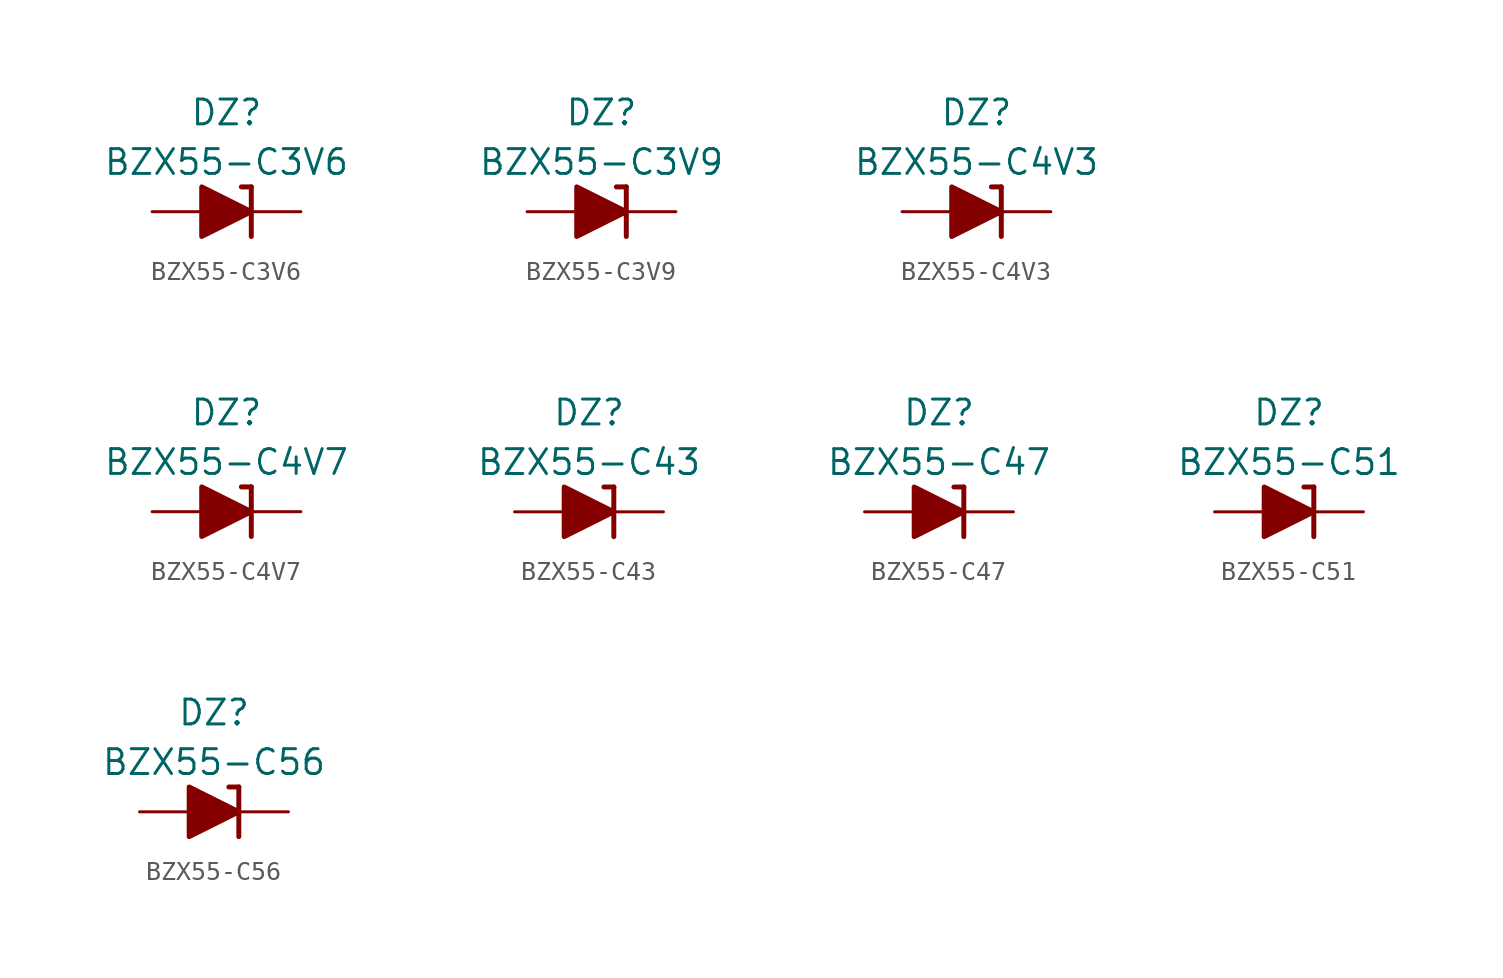
<source format=kicad_sym>
(kicad_symbol_lib
  (version 20201005)
  (generator kicad_symbol_editor)
  (symbol "Diode_Zener_AKL:BZX55-C3V6"
    (pin_numbers hide)
    (pin_names
      (offset 1.016) hide)
    (property "Reference" "DZ"
      (at 0 5.08 0)
      (effects (font (size 1.27 1.27))))
    (property "Value" "BZX55-C3V6"
      (at 0 2.54 0)
      (effects (font (size 1.27 1.27))))
    (symbol "BZX55-C3V6_0_1"
      (polyline (pts (xy -1.27 0) (xy 1.27 0)) (stroke (width 0)) (fill (type none)))
      (polyline (pts (xy 1.27 1.27) (xy 0.762 1.27)) (stroke (width 0.254)) (fill (type none)))
      (polyline (pts (xy 1.27 1.27) (xy 1.27 -1.27)) (stroke (width 0.254)) (fill (type none)))
      (polyline (pts (xy -1.27 -1.27) (xy -1.27 1.27) (xy 1.27 0) (xy -1.27 -1.27)) (stroke (width 0.254)) (fill (type outline))))
    (symbol "BZX55-C3V6_1_1"
      (pin passive line (at 3.81 0 180) (length 2.54) (name "K" (effects (font (size 1.27 1.27)))) (number "1" (effects (font (size 1.27 1.27)))))
      (pin passive line (at -3.81 0 0) (length 2.54) (name "A" (effects (font (size 1.27 1.27)))) (number "2" (effects (font (size 1.27 1.27)))))))
  (symbol "Diode_Zener_AKL:BZX55-C3V9"
    (pin_numbers hide)
    (pin_names
      (offset 1.016) hide)
    (property "Reference" "DZ"
      (at 0 5.08 0)
      (effects (font (size 1.27 1.27))))
    (property "Value" "BZX55-C3V9"
      (at 0 2.54 0)
      (effects (font (size 1.27 1.27))))
    (symbol "BZX55-C3V9_0_1"
      (polyline (pts (xy -1.27 0) (xy 1.27 0)) (stroke (width 0)) (fill (type none)))
      (polyline (pts (xy 1.27 1.27) (xy 0.762 1.27)) (stroke (width 0.254)) (fill (type none)))
      (polyline (pts (xy 1.27 1.27) (xy 1.27 -1.27)) (stroke (width 0.254)) (fill (type none)))
      (polyline (pts (xy -1.27 -1.27) (xy -1.27 1.27) (xy 1.27 0) (xy -1.27 -1.27)) (stroke (width 0.254)) (fill (type outline))))
    (symbol "BZX55-C3V9_1_1"
      (pin passive line (at 3.81 0 180) (length 2.54) (name "K" (effects (font (size 1.27 1.27)))) (number "1" (effects (font (size 1.27 1.27)))))
      (pin passive line (at -3.81 0 0) (length 2.54) (name "A" (effects (font (size 1.27 1.27)))) (number "2" (effects (font (size 1.27 1.27)))))))
  (symbol "Diode_Zener_AKL:BZX55-C4V3"
    (pin_numbers hide)
    (pin_names
      (offset 1.016) hide)
    (property "Reference" "DZ"
      (at 0 5.08 0)
      (effects (font (size 1.27 1.27))))
    (property "Value" "BZX55-C4V3"
      (at 0 2.54 0)
      (effects (font (size 1.27 1.27))))
    (symbol "BZX55-C4V3_0_1"
      (polyline (pts (xy -1.27 0) (xy 1.27 0)) (stroke (width 0)) (fill (type none)))
      (polyline (pts (xy 1.27 1.27) (xy 0.762 1.27)) (stroke (width 0.254)) (fill (type none)))
      (polyline (pts (xy 1.27 1.27) (xy 1.27 -1.27)) (stroke (width 0.254)) (fill (type none)))
      (polyline (pts (xy -1.27 -1.27) (xy -1.27 1.27) (xy 1.27 0) (xy -1.27 -1.27)) (stroke (width 0.254)) (fill (type outline))))
    (symbol "BZX55-C4V3_1_1"
      (pin passive line (at 3.81 0 180) (length 2.54) (name "K" (effects (font (size 1.27 1.27)))) (number "1" (effects (font (size 1.27 1.27)))))
      (pin passive line (at -3.81 0 0) (length 2.54) (name "A" (effects (font (size 1.27 1.27)))) (number "2" (effects (font (size 1.27 1.27)))))))
  (symbol "Diode_Zener_AKL:BZX55-C4V7"
    (pin_numbers hide)
    (pin_names
      (offset 1.016) hide)
    (property "Reference" "DZ"
      (at 0 5.08 0)
      (effects (font (size 1.27 1.27))))
    (property "Value" "BZX55-C4V7"
      (at 0 2.54 0)
      (effects (font (size 1.27 1.27))))
    (symbol "BZX55-C4V7_0_1"
      (polyline (pts (xy -1.27 0) (xy 1.27 0)) (stroke (width 0)) (fill (type none)))
      (polyline (pts (xy 1.27 1.27) (xy 0.762 1.27)) (stroke (width 0.254)) (fill (type none)))
      (polyline (pts (xy 1.27 1.27) (xy 1.27 -1.27)) (stroke (width 0.254)) (fill (type none)))
      (polyline (pts (xy -1.27 -1.27) (xy -1.27 1.27) (xy 1.27 0) (xy -1.27 -1.27)) (stroke (width 0.254)) (fill (type outline))))
    (symbol "BZX55-C4V7_1_1"
      (pin passive line (at 3.81 0 180) (length 2.54) (name "K" (effects (font (size 1.27 1.27)))) (number "1" (effects (font (size 1.27 1.27)))))
      (pin passive line (at -3.81 0 0) (length 2.54) (name "A" (effects (font (size 1.27 1.27)))) (number "2" (effects (font (size 1.27 1.27)))))))
  (symbol "Diode_Zener_AKL:BZX55-C43"
    (pin_numbers hide)
    (pin_names
      (offset 1.016) hide)
    (property "Reference" "DZ"
      (at 0 5.08 0)
      (effects (font (size 1.27 1.27))))
    (property "Value" "BZX55-C43"
      (at 0 2.54 0)
      (effects (font (size 1.27 1.27))))
    (symbol "BZX55-C43_0_1"
      (polyline (pts (xy -1.27 0) (xy 1.27 0)) (stroke (width 0)) (fill (type none)))
      (polyline (pts (xy 1.27 1.27) (xy 0.762 1.27)) (stroke (width 0.254)) (fill (type none)))
      (polyline (pts (xy 1.27 1.27) (xy 1.27 -1.27)) (stroke (width 0.254)) (fill (type none)))
      (polyline (pts (xy -1.27 -1.27) (xy -1.27 1.27) (xy 1.27 0) (xy -1.27 -1.27)) (stroke (width 0.254)) (fill (type outline))))
    (symbol "BZX55-C43_1_1"
      (pin passive line (at 3.81 0 180) (length 2.54) (name "K" (effects (font (size 1.27 1.27)))) (number "1" (effects (font (size 1.27 1.27)))))
      (pin passive line (at -3.81 0 0) (length 2.54) (name "A" (effects (font (size 1.27 1.27)))) (number "2" (effects (font (size 1.27 1.27)))))))
  (symbol "Diode_Zener_AKL:BZX55-C47"
    (pin_numbers hide)
    (pin_names
      (offset 1.016) hide)
    (property "Reference" "DZ"
      (at 0 5.08 0)
      (effects (font (size 1.27 1.27))))
    (property "Value" "BZX55-C47"
      (at 0 2.54 0)
      (effects (font (size 1.27 1.27))))
    (symbol "BZX55-C47_0_1"
      (polyline (pts (xy -1.27 0) (xy 1.27 0)) (stroke (width 0)) (fill (type none)))
      (polyline (pts (xy 1.27 1.27) (xy 0.762 1.27)) (stroke (width 0.254)) (fill (type none)))
      (polyline (pts (xy 1.27 1.27) (xy 1.27 -1.27)) (stroke (width 0.254)) (fill (type none)))
      (polyline (pts (xy -1.27 -1.27) (xy -1.27 1.27) (xy 1.27 0) (xy -1.27 -1.27)) (stroke (width 0.254)) (fill (type outline))))
    (symbol "BZX55-C47_1_1"
      (pin passive line (at 3.81 0 180) (length 2.54) (name "K" (effects (font (size 1.27 1.27)))) (number "1" (effects (font (size 1.27 1.27)))))
      (pin passive line (at -3.81 0 0) (length 2.54) (name "A" (effects (font (size 1.27 1.27)))) (number "2" (effects (font (size 1.27 1.27)))))))
  (symbol "Diode_Zener_AKL:BZX55-C51"
    (pin_numbers hide)
    (pin_names
      (offset 1.016) hide)
    (property "Reference" "DZ"
      (at 0 5.08 0)
      (effects (font (size 1.27 1.27))))
    (property "Value" "BZX55-C51"
      (at 0 2.54 0)
      (effects (font (size 1.27 1.27))))
    (symbol "BZX55-C51_0_1"
      (polyline (pts (xy -1.27 0) (xy 1.27 0)) (stroke (width 0)) (fill (type none)))
      (polyline (pts (xy 1.27 1.27) (xy 0.762 1.27)) (stroke (width 0.254)) (fill (type none)))
      (polyline (pts (xy 1.27 1.27) (xy 1.27 -1.27)) (stroke (width 0.254)) (fill (type none)))
      (polyline (pts (xy -1.27 -1.27) (xy -1.27 1.27) (xy 1.27 0) (xy -1.27 -1.27)) (stroke (width 0.254)) (fill (type outline))))
    (symbol "BZX55-C51_1_1"
      (pin passive line (at 3.81 0 180) (length 2.54) (name "K" (effects (font (size 1.27 1.27)))) (number "1" (effects (font (size 1.27 1.27)))))
      (pin passive line (at -3.81 0 0) (length 2.54) (name "A" (effects (font (size 1.27 1.27)))) (number "2" (effects (font (size 1.27 1.27)))))))
  (symbol "Diode_Zener_AKL:BZX55-C56"
    (pin_numbers hide)
    (pin_names
      (offset 1.016) hide)
    (property "Reference" "DZ"
      (at 0 5.08 0)
      (effects (font (size 1.27 1.27))))
    (property "Value" "BZX55-C56"
      (at 0 2.54 0)
      (effects (font (size 1.27 1.27))))
    (symbol "BZX55-C56_0_1"
      (polyline (pts (xy -1.27 0) (xy 1.27 0)) (stroke (width 0)) (fill (type none)))
      (polyline (pts (xy 1.27 1.27) (xy 0.762 1.27)) (stroke (width 0.254)) (fill (type none)))
      (polyline (pts (xy 1.27 1.27) (xy 1.27 -1.27)) (stroke (width 0.254)) (fill (type none)))
      (polyline (pts (xy -1.27 -1.27) (xy -1.27 1.27) (xy 1.27 0) (xy -1.27 -1.27)) (stroke (width 0.254)) (fill (type outline))))
    (symbol "BZX55-C56_1_1"
      (pin passive line (at 3.81 0 180) (length 2.54) (name "K" (effects (font (size 1.27 1.27)))) (number "1" (effects (font (size 1.27 1.27)))))
      (pin passive line (at -3.81 0 0) (length 2.54) (name "A" (effects (font (size 1.27 1.27)))) (number "2" (effects (font (size 1.27 1.27))))))))
</source>
